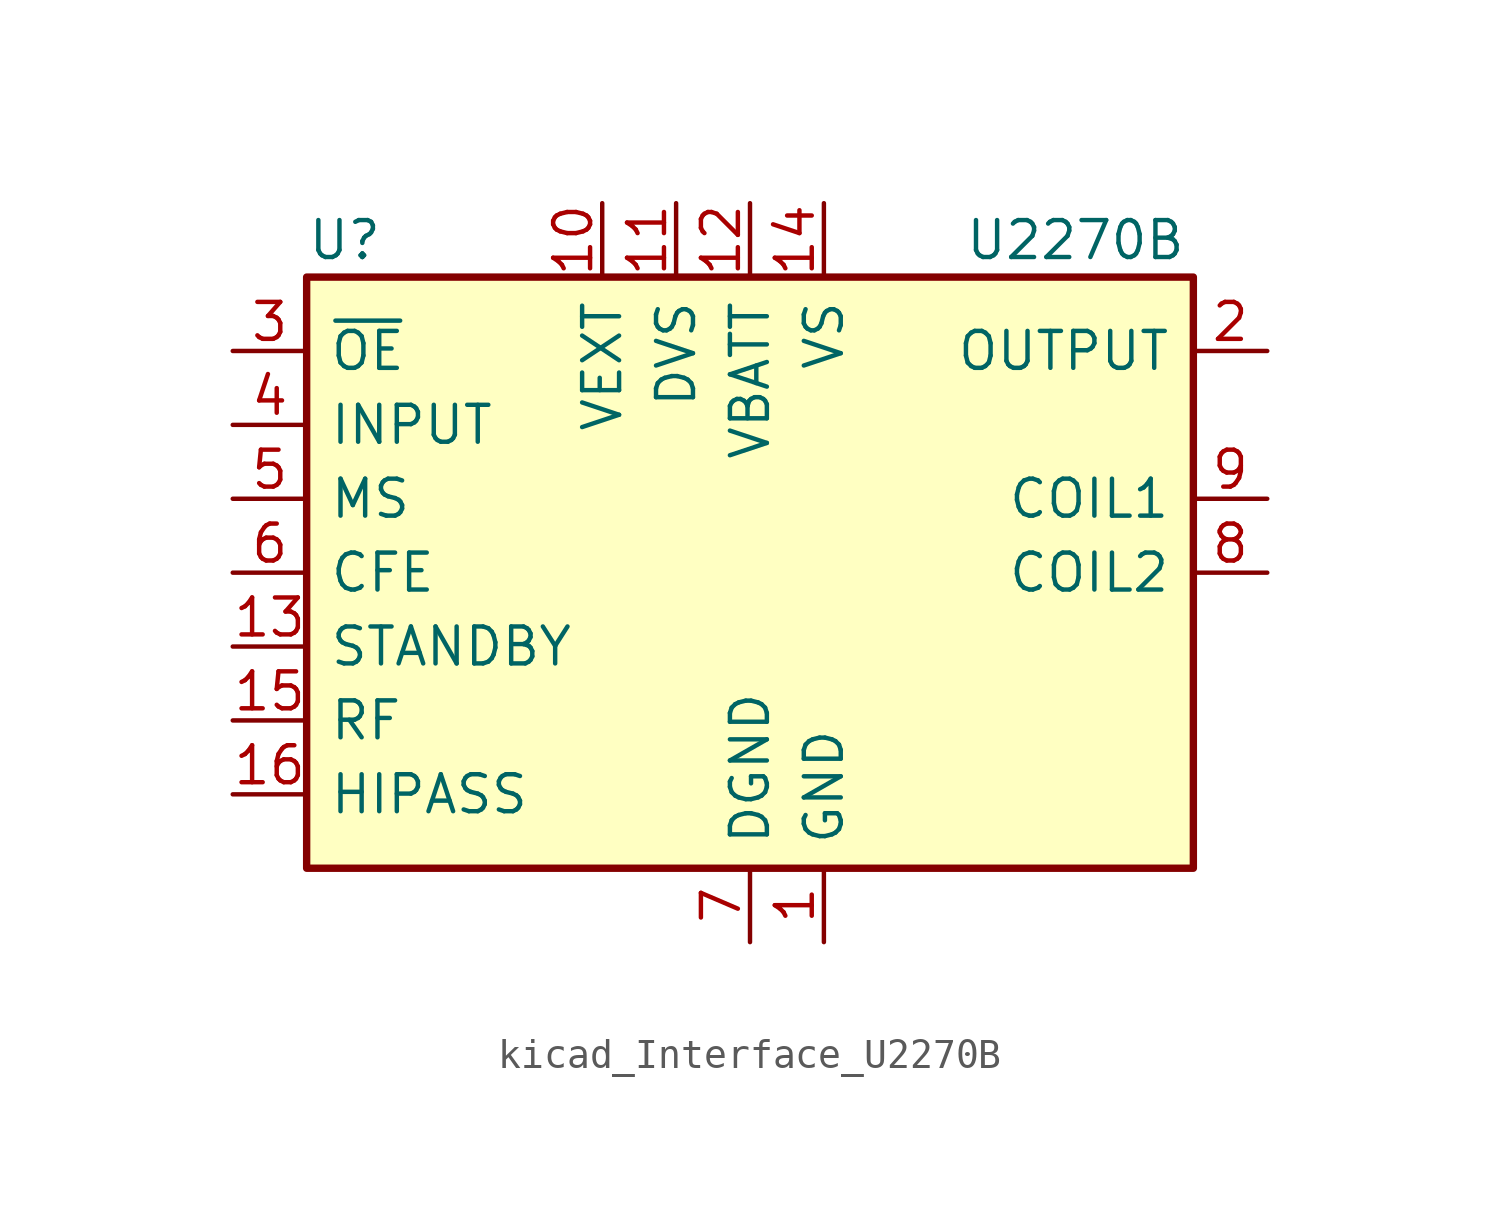
<source format=kicad_sym>
(kicad_symbol_lib
  (version 20220914)
  (generator kicad_symbol_editor)
  (symbol "kicad_Interface_U2270B"
    (pin_names
      (offset 0.762))
    (property "Reference" "U"
      (at -15.24 8.89 0)
      (effects (font (size 1.27 1.27)) (justify left)))
    (property "Value" "U2270B"
      (at 7.366 8.89 0)
      (effects (font (size 1.27 1.27)) (justify left)))
    (symbol "kicad_Interface_U2270B_0_1"
      (rectangle (start -15.24 7.62) (end 15.24 -12.7) (stroke (width 0.254) (type default)) (fill (type background))))
    (symbol "kicad_Interface_U2270B_1_1"
      (pin power_in line (at 2.54 -15.24 90) (length 2.54) (name "GND" (effects (font (size 1.27 1.27)))) (number "1" (effects (font (size 1.27 1.27)))))
      (pin power_in line (at -5.08 10.16 270) (length 2.54) (name "VEXT" (effects (font (size 1.27 1.27)))) (number "10" (effects (font (size 1.27 1.27)))))
      (pin power_in line (at -2.54 10.16 270) (length 2.54) (name "DVS" (effects (font (size 1.27 1.27)))) (number "11" (effects (font (size 1.27 1.27)))))
      (pin power_in line (at 0 10.16 270) (length 2.54) (name "VBATT" (effects (font (size 1.27 1.27)))) (number "12" (effects (font (size 1.27 1.27)))))
      (pin input line (at -17.78 -5.08 0) (length 2.54) (name "STANDBY" (effects (font (size 1.27 1.27)))) (number "13" (effects (font (size 1.27 1.27)))))
      (pin power_in line (at 2.54 10.16 270) (length 2.54) (name "VS" (effects (font (size 1.27 1.27)))) (number "14" (effects (font (size 1.27 1.27)))))
      (pin input line (at -17.78 -7.62 0) (length 2.54) (name "RF" (effects (font (size 1.27 1.27)))) (number "15" (effects (font (size 1.27 1.27)))))
      (pin input line (at -17.78 -10.16 0) (length 2.54) (name "HIPASS" (effects (font (size 1.27 1.27)))) (number "16" (effects (font (size 1.27 1.27)))))
      (pin open_collector line (at 17.78 5.08 180) (length 2.54) (name "OUTPUT" (effects (font (size 1.27 1.27)))) (number "2" (effects (font (size 1.27 1.27)))))
      (pin input line (at -17.78 5.08 0) (length 2.54) (name "~{OE}" (effects (font (size 1.27 1.27)))) (number "3" (effects (font (size 1.27 1.27)))))
      (pin input line (at -17.78 2.54 0) (length 2.54) (name "INPUT" (effects (font (size 1.27 1.27)))) (number "4" (effects (font (size 1.27 1.27)))))
      (pin input line (at -17.78 0 0) (length 2.54) (name "MS" (effects (font (size 1.27 1.27)))) (number "5" (effects (font (size 1.27 1.27)))))
      (pin input line (at -17.78 -2.54 0) (length 2.54) (name "CFE" (effects (font (size 1.27 1.27)))) (number "6" (effects (font (size 1.27 1.27)))))
      (pin power_in line (at 0 -15.24 90) (length 2.54) (name "DGND" (effects (font (size 1.27 1.27)))) (number "7" (effects (font (size 1.27 1.27)))))
      (pin output line (at 17.78 -2.54 180) (length 2.54) (name "COIL2" (effects (font (size 1.27 1.27)))) (number "8" (effects (font (size 1.27 1.27)))))
      (pin output line (at 17.78 0 180) (length 2.54) (name "COIL1" (effects (font (size 1.27 1.27)))) (number "9" (effects (font (size 1.27 1.27))))))))
</source>
